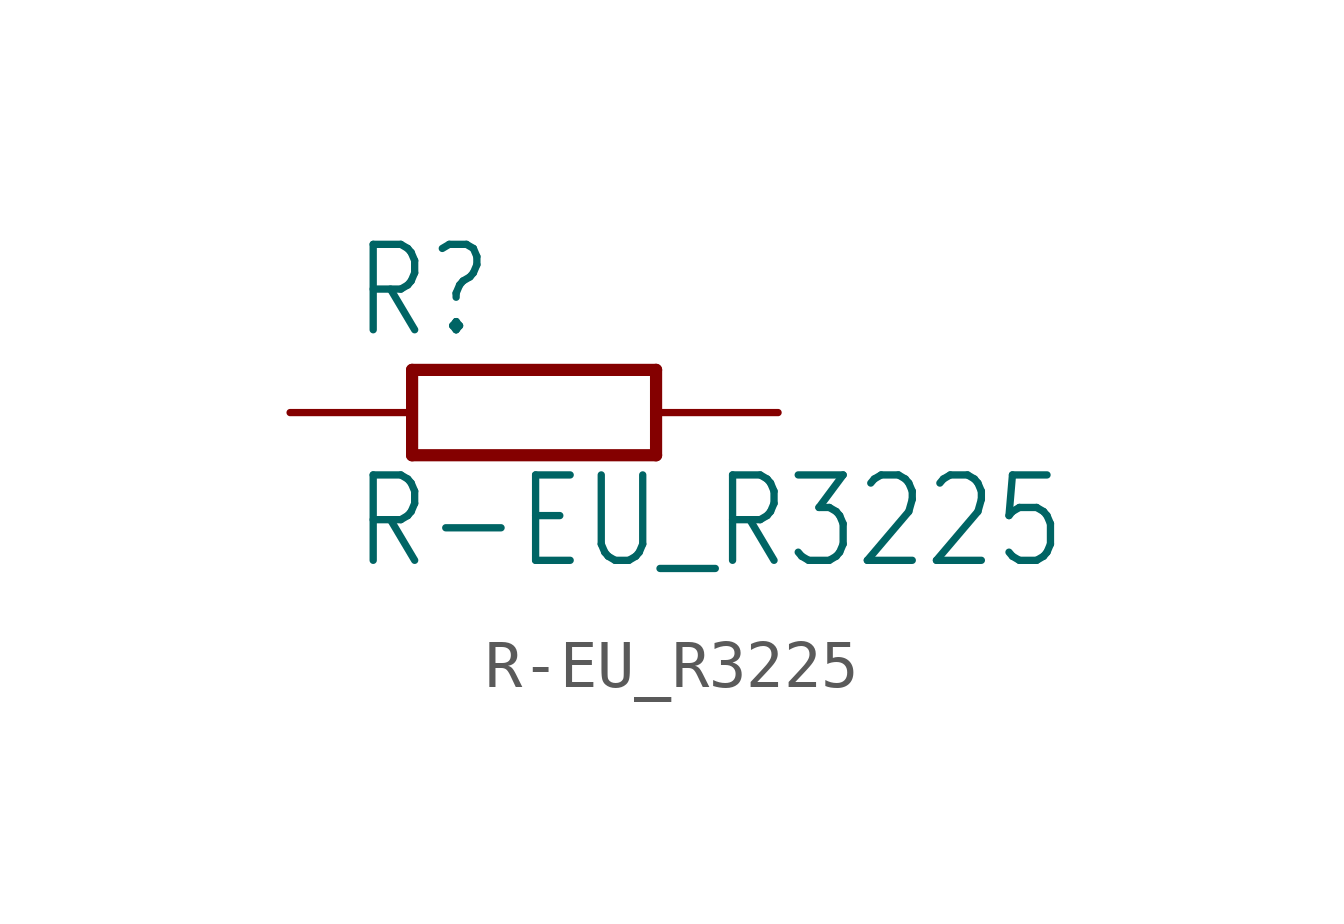
<source format=kicad_sym>
(kicad_symbol_lib
  (version 20220331)
  (generator kicad_symbol_editor)
  (symbol "R-EU_R3225"
    (property "Reference" "R"
      (at -3.81 1.499 0)
      (effects (font (size 1.778 1.511)) (justify left bottom)))
    (property "Value" "R-EU_R3225"
      (at -3.81 -3.302 0)
      (effects (font (size 1.778 1.511)) (justify left bottom)))
    (property "ki_locked" ""
      (at 0 0 0)
      (effects (font (size 1.27 1.27))))
    (symbol "R-EU_R3225_1_0"
      (polyline (pts (xy -2.54 -0.889) (xy -2.54 0.889)) (stroke (width 0.254) (type solid)) (fill (type none)))
      (polyline (pts (xy -2.54 -0.889) (xy 2.54 -0.889)) (stroke (width 0.254) (type solid)) (fill (type none)))
      (polyline (pts (xy 2.54 -0.889) (xy 2.54 0.889)) (stroke (width 0.254) (type solid)) (fill (type none)))
      (polyline (pts (xy 2.54 0.889) (xy -2.54 0.889)) (stroke (width 0.254) (type solid)) (fill (type none)))
      (pin passive line (at -5.08 0 0) (length 2.54) (name "1" (effects (font (size 0 0)))) (number "1" (effects (font (size 0 0)))))
      (pin passive line (at 5.08 0 180) (length 2.54) (name "2" (effects (font (size 0 0)))) (number "2" (effects (font (size 0 0))))))))
</source>
